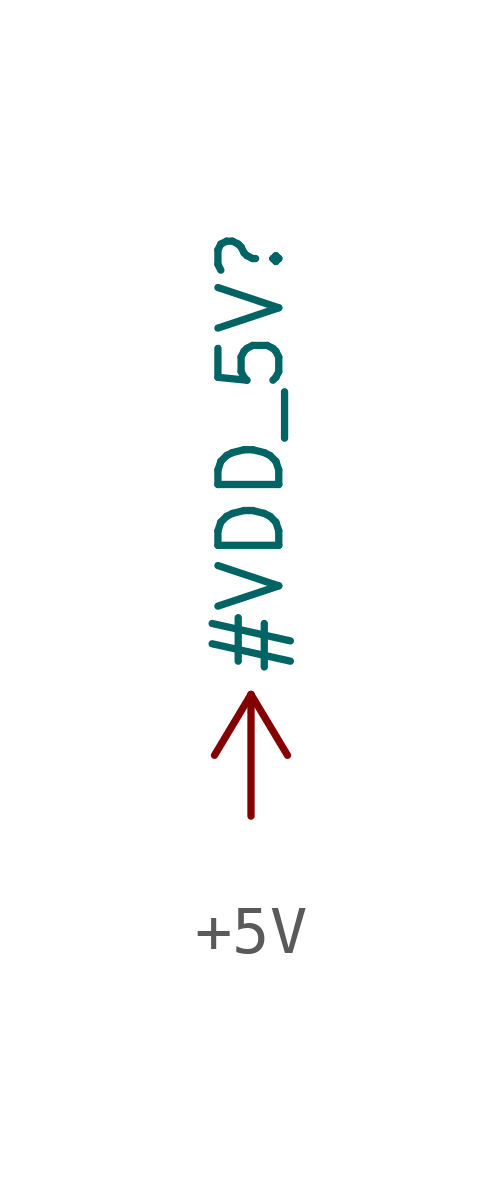
<source format=kicad_sym>
(kicad_symbol_lib
  (version 20220914)
  (generator kicad_symbol_editor)
  (symbol "+5V"
    (power)
    (pin_names
      (offset 0))
    (property "Reference" "#VDD_5V"
      (at 0 7.62 90)
      (effects (font (size 1.27 1.27))))
    (symbol "+5V_0_1"
      (polyline (pts (xy -0.762 1.27) (xy 0 2.54)) (stroke (width 0) (type default)) (fill (type none)))
      (polyline (pts (xy 0 0) (xy 0 2.54)) (stroke (width 0) (type default)) (fill (type none)))
      (polyline (pts (xy 0 2.54) (xy 0.762 1.27)) (stroke (width 0) (type default)) (fill (type none))))
    (symbol "+5V_1_1"
      (pin power_in line (at 0 0 90) (length 0) hide (name "+5V" (effects (font (size 1.27 1.27)))) (number "1" (effects (font (size 1.27 1.27))))))))
</source>
